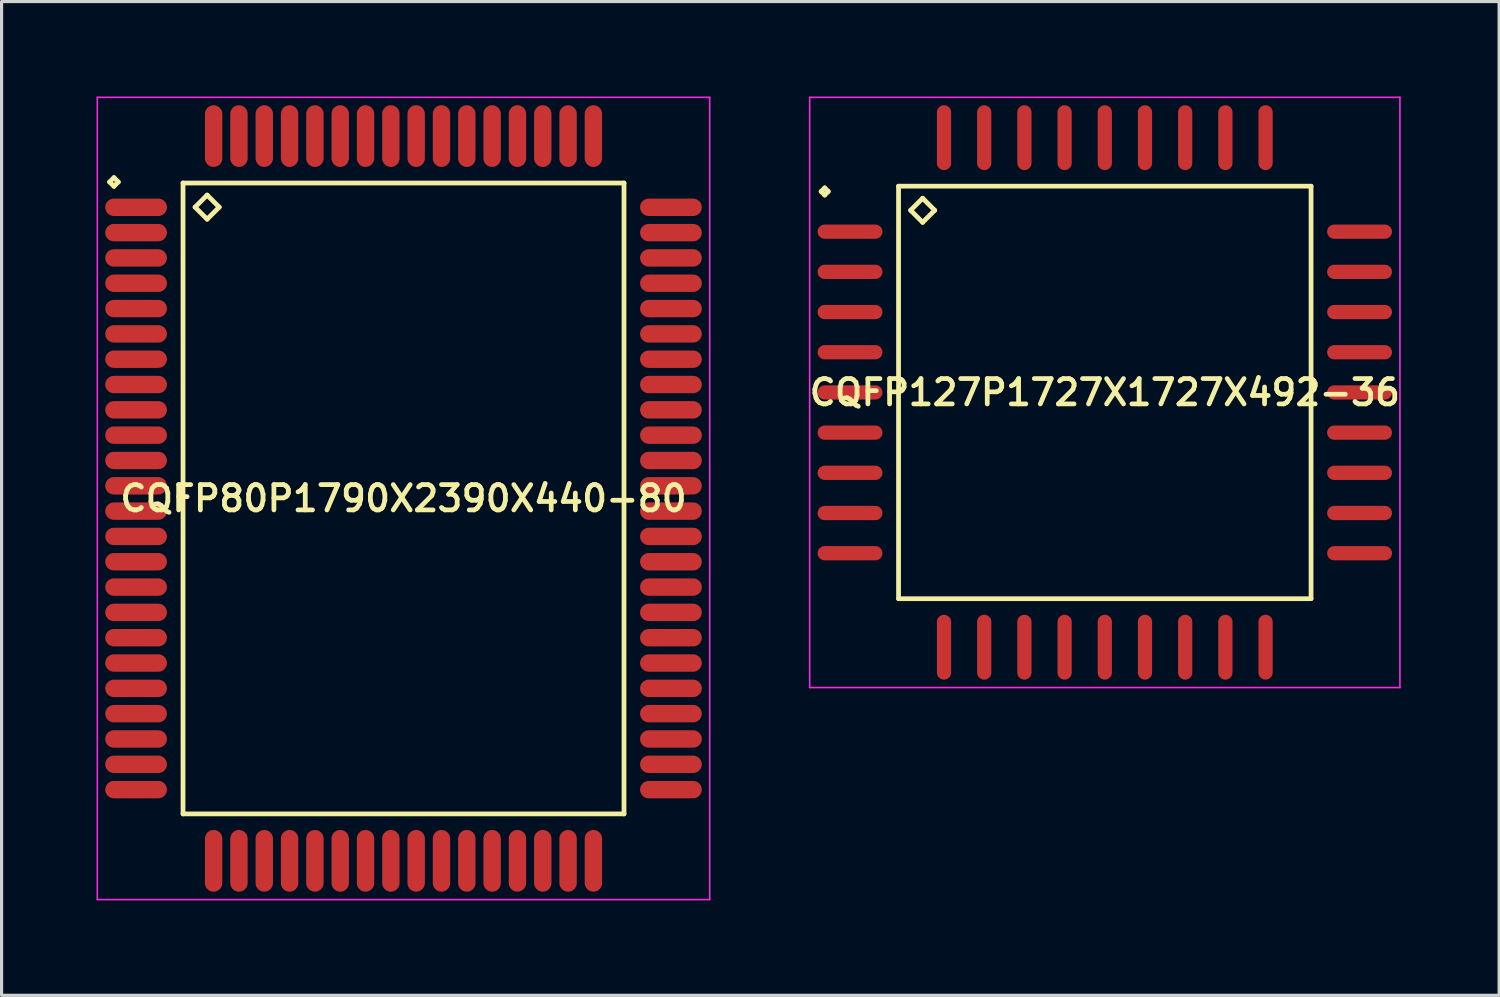
<source format=kicad_pcb>
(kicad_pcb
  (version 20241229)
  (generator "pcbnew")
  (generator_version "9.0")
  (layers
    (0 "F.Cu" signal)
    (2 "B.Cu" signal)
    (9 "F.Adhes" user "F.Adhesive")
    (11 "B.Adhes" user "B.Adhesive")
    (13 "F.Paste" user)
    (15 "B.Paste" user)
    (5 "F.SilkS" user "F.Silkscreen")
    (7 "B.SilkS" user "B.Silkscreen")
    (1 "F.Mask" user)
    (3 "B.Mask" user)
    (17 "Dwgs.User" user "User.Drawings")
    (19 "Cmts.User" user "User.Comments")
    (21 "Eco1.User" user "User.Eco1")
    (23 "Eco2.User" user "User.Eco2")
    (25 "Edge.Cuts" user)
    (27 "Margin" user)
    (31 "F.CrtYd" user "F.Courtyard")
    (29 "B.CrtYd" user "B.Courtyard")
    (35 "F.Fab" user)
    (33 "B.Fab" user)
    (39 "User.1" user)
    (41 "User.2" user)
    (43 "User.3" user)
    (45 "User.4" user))
  (footprint "CQFP127P1727X1727X492-36"
    (layer "F.Cu")
    (at 31.859 9.35)
    (property "Reference" "CQFP127P1727X1727X492-36" (at 0 0 0) (layer "F.SilkS") (effects (font (size 0.8 0.8) (thickness 0.15))))
    (attr smd)
    (fp_line (start -8.963 -6.35) (end -8.85 -6.463) (stroke (width 0.15) (type solid)) (layer "F.SilkS"))
    (fp_line (start -8.85 -6.463) (end -8.738 -6.35) (stroke (width 0.15) (type solid)) (layer "F.SilkS"))
    (fp_line (start -8.85 -6.237) (end -8.963 -6.35) (stroke (width 0.15) (type solid)) (layer "F.SilkS"))
    (fp_line (start -8.738 -6.35) (end -8.85 -6.237) (stroke (width 0.15) (type solid)) (layer "F.SilkS"))
    (fp_line (start -6.517 -6.517) (end -6.517 6.517) (stroke (width 0.15) (type solid)) (layer "F.SilkS"))
    (fp_line (start -6.517 6.517) (end 6.517 6.517) (stroke (width 0.15) (type solid)) (layer "F.SilkS"))
    (fp_line (start -6.136 -5.755) (end -5.755 -6.136) (stroke (width 0.15) (type solid)) (layer "F.SilkS"))
    (fp_line (start -5.755 -6.136) (end -5.374 -5.755) (stroke (width 0.15) (type solid)) (layer "F.SilkS"))
    (fp_line (start -5.755 -5.374) (end -6.136 -5.755) (stroke (width 0.15) (type solid)) (layer "F.SilkS"))
    (fp_line (start -5.374 -5.755) (end -5.755 -5.374) (stroke (width 0.15) (type solid)) (layer "F.SilkS"))
    (fp_line (start 6.517 -6.517) (end -6.517 -6.517) (stroke (width 0.15) (type solid)) (layer "F.SilkS"))
    (fp_line (start 6.517 6.517) (end 6.517 -6.517) (stroke (width 0.15) (type solid)) (layer "F.SilkS"))
    (fp_line (start -9.325 -9.325) (end 9.325 -9.325) (stroke (width 0.05) (type solid)) (layer "F.CrtYd"))
    (fp_line (start -9.325 9.325) (end -9.325 -9.325) (stroke (width 0.05) (type solid)) (layer "F.CrtYd"))
    (fp_line (start 9.325 -9.325) (end 9.325 9.325) (stroke (width 0.05) (type solid)) (layer "F.CrtYd"))
    (fp_line (start 9.325 9.325) (end -9.325 9.325) (stroke (width 0.05) (type solid)) (layer "F.CrtYd"))
    (pad "1" smd oval (at -8.05 -5.08) (size 2.05 0.45) (layers "F.Cu" "F.Mask" "F.Paste"))
    (pad "2" smd oval (at -8.05 -3.81) (size 2.05 0.45) (layers "F.Cu" "F.Mask" "F.Paste"))
    (pad "3" smd oval (at -8.05 -2.54) (size 2.05 0.45) (layers "F.Cu" "F.Mask" "F.Paste"))
    (pad "4" smd oval (at -8.05 -1.27) (size 2.05 0.45) (layers "F.Cu" "F.Mask" "F.Paste"))
    (pad "5" smd oval (at -8.05 0) (size 2.05 0.45) (layers "F.Cu" "F.Mask" "F.Paste"))
    (pad "6" smd oval (at -8.05 1.27) (size 2.05 0.45) (layers "F.Cu" "F.Mask" "F.Paste"))
    (pad "7" smd oval (at -8.05 2.54) (size 2.05 0.45) (layers "F.Cu" "F.Mask" "F.Paste"))
    (pad "8" smd oval (at -8.05 3.81) (size 2.05 0.45) (layers "F.Cu" "F.Mask" "F.Paste"))
    (pad "9" smd oval (at -8.05 5.08) (size 2.05 0.45) (layers "F.Cu" "F.Mask" "F.Paste"))
    (pad "10" smd oval (at -5.08 8.05) (size 0.45 2.05) (layers "F.Cu" "F.Mask" "F.Paste"))
    (pad "11" smd oval (at -3.81 8.05) (size 0.45 2.05) (layers "F.Cu" "F.Mask" "F.Paste"))
    (pad "12" smd oval (at -2.54 8.05) (size 0.45 2.05) (layers "F.Cu" "F.Mask" "F.Paste"))
    (pad "13" smd oval (at -1.27 8.05) (size 0.45 2.05) (layers "F.Cu" "F.Mask" "F.Paste"))
    (pad "14" smd oval (at 0 8.05) (size 0.45 2.05) (layers "F.Cu" "F.Mask" "F.Paste"))
    (pad "15" smd oval (at 1.27 8.05) (size 0.45 2.05) (layers "F.Cu" "F.Mask" "F.Paste"))
    (pad "16" smd oval (at 2.54 8.05) (size 0.45 2.05) (layers "F.Cu" "F.Mask" "F.Paste"))
    (pad "17" smd oval (at 3.81 8.05) (size 0.45 2.05) (layers "F.Cu" "F.Mask" "F.Paste"))
    (pad "18" smd oval (at 5.08 8.05) (size 0.45 2.05) (layers "F.Cu" "F.Mask" "F.Paste"))
    (pad "19" smd oval (at 8.05 5.08) (size 2.05 0.45) (layers "F.Cu" "F.Mask" "F.Paste"))
    (pad "20" smd oval (at 8.05 3.81) (size 2.05 0.45) (layers "F.Cu" "F.Mask" "F.Paste"))
    (pad "21" smd oval (at 8.05 2.54) (size 2.05 0.45) (layers "F.Cu" "F.Mask" "F.Paste"))
    (pad "22" smd oval (at 8.05 1.27) (size 2.05 0.45) (layers "F.Cu" "F.Mask" "F.Paste"))
    (pad "23" smd oval (at 8.05 0) (size 2.05 0.45) (layers "F.Cu" "F.Mask" "F.Paste"))
    (pad "24" smd oval (at 8.05 -1.27) (size 2.05 0.45) (layers "F.Cu" "F.Mask" "F.Paste"))
    (pad "25" smd oval (at 8.05 -2.54) (size 2.05 0.45) (layers "F.Cu" "F.Mask" "F.Paste"))
    (pad "26" smd oval (at 8.05 -3.81) (size 2.05 0.45) (layers "F.Cu" "F.Mask" "F.Paste"))
    (pad "27" smd oval (at 8.05 -5.08) (size 2.05 0.45) (layers "F.Cu" "F.Mask" "F.Paste"))
    (pad "28" smd oval (at 5.08 -8.05) (size 0.45 2.05) (layers "F.Cu" "F.Mask" "F.Paste"))
    (pad "29" smd oval (at 3.81 -8.05) (size 0.45 2.05) (layers "F.Cu" "F.Mask" "F.Paste"))
    (pad "30" smd oval (at 2.54 -8.05) (size 0.45 2.05) (layers "F.Cu" "F.Mask" "F.Paste"))
    (pad "31" smd oval (at 1.27 -8.05) (size 0.45 2.05) (layers "F.Cu" "F.Mask" "F.Paste"))
    (pad "32" smd oval (at 0 -8.05) (size 0.45 2.05) (layers "F.Cu" "F.Mask" "F.Paste"))
    (pad "33" smd oval (at -1.27 -8.05) (size 0.45 2.05) (layers "F.Cu" "F.Mask" "F.Paste"))
    (pad "34" smd oval (at -2.54 -8.05) (size 0.45 2.05) (layers "F.Cu" "F.Mask" "F.Paste"))
    (pad "35" smd oval (at -3.81 -8.05) (size 0.45 2.05) (layers "F.Cu" "F.Mask" "F.Paste"))
    (pad "36" smd oval (at -5.08 -8.05) (size 0.45 2.05) (layers "F.Cu" "F.Mask" "F.Paste")))
  (footprint "CQFP80P1790X2390X440-80"
    (layer "F.Cu")
    (at 9.7 12.7)
    (property "Reference" "CQFP80P1790X2390X440-80" (at 0 0 0) (layer "F.SilkS") (effects (font (size 0.8 0.8) (thickness 0.15))))
    (attr smd)
    (fp_line (start -9.287 -10) (end -9.15 -10.137) (stroke (width 0.15) (type solid)) (layer "F.SilkS"))
    (fp_line (start -9.15 -10.137) (end -9.012 -10) (stroke (width 0.15) (type solid)) (layer "F.SilkS"))
    (fp_line (start -9.15 -9.863) (end -9.287 -10) (stroke (width 0.15) (type solid)) (layer "F.SilkS"))
    (fp_line (start -9.012 -10) (end -9.15 -9.863) (stroke (width 0.15) (type solid)) (layer "F.SilkS"))
    (fp_line (start -6.967 -9.967) (end -6.967 9.967) (stroke (width 0.15) (type solid)) (layer "F.SilkS"))
    (fp_line (start -6.967 9.967) (end 6.967 9.967) (stroke (width 0.15) (type solid)) (layer "F.SilkS"))
    (fp_line (start -6.586 -9.205) (end -6.205 -9.586) (stroke (width 0.15) (type solid)) (layer "F.SilkS"))
    (fp_line (start -6.205 -9.586) (end -5.824 -9.205) (stroke (width 0.15) (type solid)) (layer "F.SilkS"))
    (fp_line (start -6.205 -8.824) (end -6.586 -9.205) (stroke (width 0.15) (type solid)) (layer "F.SilkS"))
    (fp_line (start -5.824 -9.205) (end -6.205 -8.824) (stroke (width 0.15) (type solid)) (layer "F.SilkS"))
    (fp_line (start 6.967 -9.967) (end -6.967 -9.967) (stroke (width 0.15) (type solid)) (layer "F.SilkS"))
    (fp_line (start 6.967 9.967) (end 6.967 -9.967) (stroke (width 0.15) (type solid)) (layer "F.SilkS"))
    (fp_line (start -9.675 -12.675) (end 9.675 -12.675) (stroke (width 0.05) (type solid)) (layer "F.CrtYd"))
    (fp_line (start -9.675 12.675) (end -9.675 -12.675) (stroke (width 0.05) (type solid)) (layer "F.CrtYd"))
    (fp_line (start 9.675 -12.675) (end 9.675 12.675) (stroke (width 0.05) (type solid)) (layer "F.CrtYd"))
    (fp_line (start 9.675 12.675) (end -9.675 12.675) (stroke (width 0.05) (type solid)) (layer "F.CrtYd"))
    (pad "1" smd oval (at -8.45 -9.2) (size 1.95 0.55) (layers "F.Cu" "F.Mask" "F.Paste"))
    (pad "2" smd oval (at -8.45 -8.4) (size 1.95 0.55) (layers "F.Cu" "F.Mask" "F.Paste"))
    (pad "3" smd oval (at -8.45 -7.6) (size 1.95 0.55) (layers "F.Cu" "F.Mask" "F.Paste"))
    (pad "4" smd oval (at -8.45 -6.8) (size 1.95 0.55) (layers "F.Cu" "F.Mask" "F.Paste"))
    (pad "5" smd oval (at -8.45 -6) (size 1.95 0.55) (layers "F.Cu" "F.Mask" "F.Paste"))
    (pad "6" smd oval (at -8.45 -5.2) (size 1.95 0.55) (layers "F.Cu" "F.Mask" "F.Paste"))
    (pad "7" smd oval (at -8.45 -4.4) (size 1.95 0.55) (layers "F.Cu" "F.Mask" "F.Paste"))
    (pad "8" smd oval (at -8.45 -3.6) (size 1.95 0.55) (layers "F.Cu" "F.Mask" "F.Paste"))
    (pad "9" smd oval (at -8.45 -2.8) (size 1.95 0.55) (layers "F.Cu" "F.Mask" "F.Paste"))
    (pad "10" smd oval (at -8.45 -2) (size 1.95 0.55) (layers "F.Cu" "F.Mask" "F.Paste"))
    (pad "11" smd oval (at -8.45 -1.2) (size 1.95 0.55) (layers "F.Cu" "F.Mask" "F.Paste"))
    (pad "12" smd oval (at -8.45 -0.4) (size 1.95 0.55) (layers "F.Cu" "F.Mask" "F.Paste"))
    (pad "13" smd oval (at -8.45 0.4) (size 1.95 0.55) (layers "F.Cu" "F.Mask" "F.Paste"))
    (pad "14" smd oval (at -8.45 1.2) (size 1.95 0.55) (layers "F.Cu" "F.Mask" "F.Paste"))
    (pad "15" smd oval (at -8.45 2) (size 1.95 0.55) (layers "F.Cu" "F.Mask" "F.Paste"))
    (pad "16" smd oval (at -8.45 2.8) (size 1.95 0.55) (layers "F.Cu" "F.Mask" "F.Paste"))
    (pad "17" smd oval (at -8.45 3.6) (size 1.95 0.55) (layers "F.Cu" "F.Mask" "F.Paste"))
    (pad "18" smd oval (at -8.45 4.4) (size 1.95 0.55) (layers "F.Cu" "F.Mask" "F.Paste"))
    (pad "19" smd oval (at -8.45 5.2) (size 1.95 0.55) (layers "F.Cu" "F.Mask" "F.Paste"))
    (pad "20" smd oval (at -8.45 6) (size 1.95 0.55) (layers "F.Cu" "F.Mask" "F.Paste"))
    (pad "21" smd oval (at -8.45 6.8) (size 1.95 0.55) (layers "F.Cu" "F.Mask" "F.Paste"))
    (pad "22" smd oval (at -8.45 7.6) (size 1.95 0.55) (layers "F.Cu" "F.Mask" "F.Paste"))
    (pad "23" smd oval (at -8.45 8.4) (size 1.95 0.55) (layers "F.Cu" "F.Mask" "F.Paste"))
    (pad "24" smd oval (at -8.45 9.2) (size 1.95 0.55) (layers "F.Cu" "F.Mask" "F.Paste"))
    (pad "25" smd oval (at -6 11.45) (size 0.55 1.95) (layers "F.Cu" "F.Mask" "F.Paste"))
    (pad "26" smd oval (at -5.2 11.45) (size 0.55 1.95) (layers "F.Cu" "F.Mask" "F.Paste"))
    (pad "27" smd oval (at -4.4 11.45) (size 0.55 1.95) (layers "F.Cu" "F.Mask" "F.Paste"))
    (pad "28" smd oval (at -3.6 11.45) (size 0.55 1.95) (layers "F.Cu" "F.Mask" "F.Paste"))
    (pad "29" smd oval (at -2.8 11.45) (size 0.55 1.95) (layers "F.Cu" "F.Mask" "F.Paste"))
    (pad "30" smd oval (at -2 11.45) (size 0.55 1.95) (layers "F.Cu" "F.Mask" "F.Paste"))
    (pad "31" smd oval (at -1.2 11.45) (size 0.55 1.95) (layers "F.Cu" "F.Mask" "F.Paste"))
    (pad "32" smd oval (at -0.4 11.45) (size 0.55 1.95) (layers "F.Cu" "F.Mask" "F.Paste"))
    (pad "33" smd oval (at 0.4 11.45) (size 0.55 1.95) (layers "F.Cu" "F.Mask" "F.Paste"))
    (pad "34" smd oval (at 1.2 11.45) (size 0.55 1.95) (layers "F.Cu" "F.Mask" "F.Paste"))
    (pad "35" smd oval (at 2 11.45) (size 0.55 1.95) (layers "F.Cu" "F.Mask" "F.Paste"))
    (pad "36" smd oval (at 2.8 11.45) (size 0.55 1.95) (layers "F.Cu" "F.Mask" "F.Paste"))
    (pad "37" smd oval (at 3.6 11.45) (size 0.55 1.95) (layers "F.Cu" "F.Mask" "F.Paste"))
    (pad "38" smd oval (at 4.4 11.45) (size 0.55 1.95) (layers "F.Cu" "F.Mask" "F.Paste"))
    (pad "39" smd oval (at 5.2 11.45) (size 0.55 1.95) (layers "F.Cu" "F.Mask" "F.Paste"))
    (pad "40" smd oval (at 6 11.45) (size 0.55 1.95) (layers "F.Cu" "F.Mask" "F.Paste"))
    (pad "41" smd oval (at 8.45 9.2) (size 1.95 0.55) (layers "F.Cu" "F.Mask" "F.Paste"))
    (pad "42" smd oval (at 8.45 8.4) (size 1.95 0.55) (layers "F.Cu" "F.Mask" "F.Paste"))
    (pad "43" smd oval (at 8.45 7.6) (size 1.95 0.55) (layers "F.Cu" "F.Mask" "F.Paste"))
    (pad "44" smd oval (at 8.45 6.8) (size 1.95 0.55) (layers "F.Cu" "F.Mask" "F.Paste"))
    (pad "45" smd oval (at 8.45 6) (size 1.95 0.55) (layers "F.Cu" "F.Mask" "F.Paste"))
    (pad "46" smd oval (at 8.45 5.2) (size 1.95 0.55) (layers "F.Cu" "F.Mask" "F.Paste"))
    (pad "47" smd oval (at 8.45 4.4) (size 1.95 0.55) (layers "F.Cu" "F.Mask" "F.Paste"))
    (pad "48" smd oval (at 8.45 3.6) (size 1.95 0.55) (layers "F.Cu" "F.Mask" "F.Paste"))
    (pad "49" smd oval (at 8.45 2.8) (size 1.95 0.55) (layers "F.Cu" "F.Mask" "F.Paste"))
    (pad "50" smd oval (at 8.45 2) (size 1.95 0.55) (layers "F.Cu" "F.Mask" "F.Paste"))
    (pad "51" smd oval (at 8.45 1.2) (size 1.95 0.55) (layers "F.Cu" "F.Mask" "F.Paste"))
    (pad "52" smd oval (at 8.45 0.4) (size 1.95 0.55) (layers "F.Cu" "F.Mask" "F.Paste"))
    (pad "53" smd oval (at 8.45 -0.4) (size 1.95 0.55) (layers "F.Cu" "F.Mask" "F.Paste"))
    (pad "54" smd oval (at 8.45 -1.2) (size 1.95 0.55) (layers "F.Cu" "F.Mask" "F.Paste"))
    (pad "55" smd oval (at 8.45 -2) (size 1.95 0.55) (layers "F.Cu" "F.Mask" "F.Paste"))
    (pad "56" smd oval (at 8.45 -2.8) (size 1.95 0.55) (layers "F.Cu" "F.Mask" "F.Paste"))
    (pad "57" smd oval (at 8.45 -3.6) (size 1.95 0.55) (layers "F.Cu" "F.Mask" "F.Paste"))
    (pad "58" smd oval (at 8.45 -4.4) (size 1.95 0.55) (layers "F.Cu" "F.Mask" "F.Paste"))
    (pad "59" smd oval (at 8.45 -5.2) (size 1.95 0.55) (layers "F.Cu" "F.Mask" "F.Paste"))
    (pad "60" smd oval (at 8.45 -6) (size 1.95 0.55) (layers "F.Cu" "F.Mask" "F.Paste"))
    (pad "61" smd oval (at 8.45 -6.8) (size 1.95 0.55) (layers "F.Cu" "F.Mask" "F.Paste"))
    (pad "62" smd oval (at 8.45 -7.6) (size 1.95 0.55) (layers "F.Cu" "F.Mask" "F.Paste"))
    (pad "63" smd oval (at 8.45 -8.4) (size 1.95 0.55) (layers "F.Cu" "F.Mask" "F.Paste"))
    (pad "64" smd oval (at 8.45 -9.2) (size 1.95 0.55) (layers "F.Cu" "F.Mask" "F.Paste"))
    (pad "65" smd oval (at 6 -11.45) (size 0.55 1.95) (layers "F.Cu" "F.Mask" "F.Paste"))
    (pad "66" smd oval (at 5.2 -11.45) (size 0.55 1.95) (layers "F.Cu" "F.Mask" "F.Paste"))
    (pad "67" smd oval (at 4.4 -11.45) (size 0.55 1.95) (layers "F.Cu" "F.Mask" "F.Paste"))
    (pad "68" smd oval (at 3.6 -11.45) (size 0.55 1.95) (layers "F.Cu" "F.Mask" "F.Paste"))
    (pad "69" smd oval (at 2.8 -11.45) (size 0.55 1.95) (layers "F.Cu" "F.Mask" "F.Paste"))
    (pad "70" smd oval (at 2 -11.45) (size 0.55 1.95) (layers "F.Cu" "F.Mask" "F.Paste"))
    (pad "71" smd oval (at 1.2 -11.45) (size 0.55 1.95) (layers "F.Cu" "F.Mask" "F.Paste"))
    (pad "72" smd oval (at 0.4 -11.45) (size 0.55 1.95) (layers "F.Cu" "F.Mask" "F.Paste"))
    (pad "73" smd oval (at -0.4 -11.45) (size 0.55 1.95) (layers "F.Cu" "F.Mask" "F.Paste"))
    (pad "74" smd oval (at -1.2 -11.45) (size 0.55 1.95) (layers "F.Cu" "F.Mask" "F.Paste"))
    (pad "75" smd oval (at -2 -11.45) (size 0.55 1.95) (layers "F.Cu" "F.Mask" "F.Paste"))
    (pad "76" smd oval (at -2.8 -11.45) (size 0.55 1.95) (layers "F.Cu" "F.Mask" "F.Paste"))
    (pad "77" smd oval (at -3.6 -11.45) (size 0.55 1.95) (layers "F.Cu" "F.Mask" "F.Paste"))
    (pad "78" smd oval (at -4.4 -11.45) (size 0.55 1.95) (layers "F.Cu" "F.Mask" "F.Paste"))
    (pad "79" smd oval (at -5.2 -11.45) (size 0.55 1.95) (layers "F.Cu" "F.Mask" "F.Paste"))
    (pad "80" smd oval (at -6 -11.45) (size 0.55 1.95) (layers "F.Cu" "F.Mask" "F.Paste")))
  (gr_rect
    (start -3 -3)
    (end 44.319 28.4)
    (stroke (width 0.1) (type default))
    (fill no)
    (layer "Edge.Cuts")))
</source>
